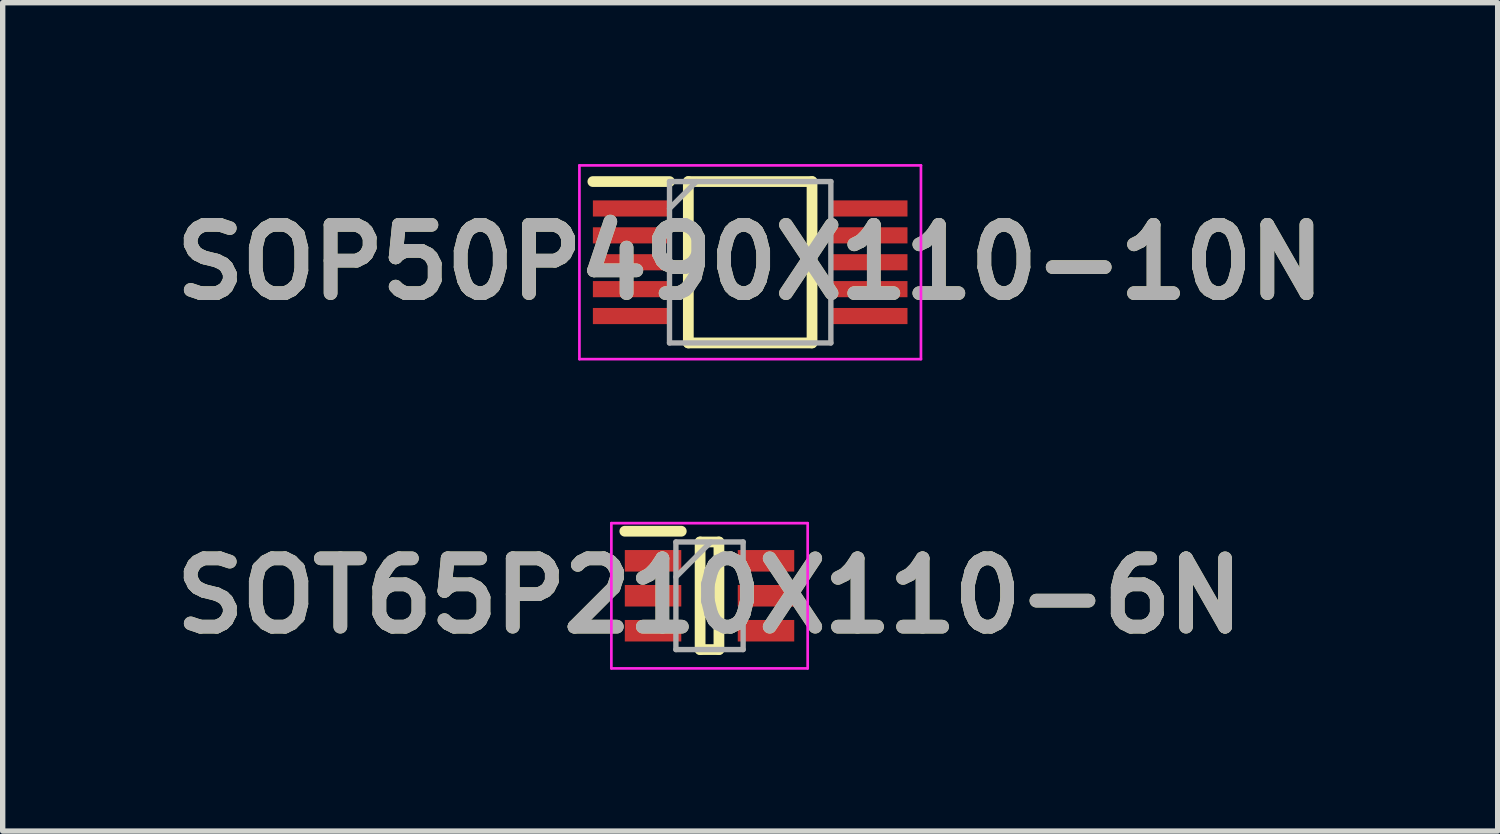
<source format=kicad_pcb>
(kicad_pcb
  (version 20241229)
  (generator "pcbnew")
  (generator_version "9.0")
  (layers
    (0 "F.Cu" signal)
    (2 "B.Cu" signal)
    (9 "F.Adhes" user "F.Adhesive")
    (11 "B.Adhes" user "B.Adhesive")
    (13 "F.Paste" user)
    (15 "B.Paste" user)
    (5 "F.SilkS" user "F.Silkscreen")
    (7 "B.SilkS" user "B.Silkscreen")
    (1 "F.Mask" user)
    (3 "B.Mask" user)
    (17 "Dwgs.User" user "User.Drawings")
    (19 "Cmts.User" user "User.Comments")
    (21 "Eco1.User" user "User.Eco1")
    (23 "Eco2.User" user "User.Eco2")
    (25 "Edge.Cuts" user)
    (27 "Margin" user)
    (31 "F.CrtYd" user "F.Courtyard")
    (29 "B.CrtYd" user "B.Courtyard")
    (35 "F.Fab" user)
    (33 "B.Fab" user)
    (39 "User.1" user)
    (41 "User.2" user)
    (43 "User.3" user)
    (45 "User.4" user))
  (footprint "SOP50P490X110-10N"
    (layer "F.Cu")
    (at 10.898 1.826)
    (property "Reference" "SOP50P490X110-10N" (at 0 0 0) (layer "F.SilkS") (effects (font (size 1.27 1.27) (thickness 0.254))))
    (attr smd)
    (fp_line (start -2.925 -1.5) (end -1.5 -1.5) (stroke (width 0.2) (type solid)) (layer "F.SilkS"))
    (fp_line (start -1.15 -1.5) (end 1.15 -1.5) (stroke (width 0.2) (type solid)) (layer "F.SilkS"))
    (fp_line (start -1.15 1.5) (end -1.15 -1.5) (stroke (width 0.2) (type solid)) (layer "F.SilkS"))
    (fp_line (start 1.15 -1.5) (end 1.15 1.5) (stroke (width 0.2) (type solid)) (layer "F.SilkS"))
    (fp_line (start 1.15 1.5) (end -1.15 1.5) (stroke (width 0.2) (type solid)) (layer "F.SilkS"))
    (fp_line (start -3.175 -1.801) (end 3.175 -1.801) (stroke (width 0.05) (type solid)) (layer "F.CrtYd"))
    (fp_line (start -3.175 1.801) (end -3.175 -1.801) (stroke (width 0.05) (type solid)) (layer "F.CrtYd"))
    (fp_line (start 3.175 -1.801) (end 3.175 1.801) (stroke (width 0.05) (type solid)) (layer "F.CrtYd"))
    (fp_line (start 3.175 1.801) (end -3.175 1.801) (stroke (width 0.05) (type solid)) (layer "F.CrtYd"))
    (fp_line (start -1.5 -1.5) (end 1.5 -1.5) (stroke (width 0.1) (type solid)) (layer "F.Fab"))
    (fp_line (start -1.5 -1) (end -1 -1.5) (stroke (width 0.1) (type solid)) (layer "F.Fab"))
    (fp_line (start -1.5 1.5) (end -1.5 -1.5) (stroke (width 0.1) (type solid)) (layer "F.Fab"))
    (fp_line (start 1.5 -1.5) (end 1.5 1.5) (stroke (width 0.1) (type solid)) (layer "F.Fab"))
    (fp_line (start 1.5 1.5) (end -1.5 1.5) (stroke (width 0.1) (type solid)) (layer "F.Fab"))
    (fp_text user "${REFERENCE}" (at 0 0 0) (layer "F.Fab") (effects (font (size 1.27 1.27) (thickness 0.254))))
    (pad "1" smd rect (at -2.212 -1 90) (size 0.3 1.425) (layers "F.Cu" "F.Mask" "F.Paste"))
    (pad "2" smd rect (at -2.212 -0.5 90) (size 0.3 1.425) (layers "F.Cu" "F.Mask" "F.Paste"))
    (pad "3" smd rect (at -2.212 0 90) (size 0.3 1.425) (layers "F.Cu" "F.Mask" "F.Paste"))
    (pad "4" smd rect (at -2.212 0.5 90) (size 0.3 1.425) (layers "F.Cu" "F.Mask" "F.Paste"))
    (pad "5" smd rect (at -2.212 1 90) (size 0.3 1.425) (layers "F.Cu" "F.Mask" "F.Paste"))
    (pad "6" smd rect (at 2.212 1 90) (size 0.3 1.425) (layers "F.Cu" "F.Mask" "F.Paste"))
    (pad "7" smd rect (at 2.212 0.5 90) (size 0.3 1.425) (layers "F.Cu" "F.Mask" "F.Paste"))
    (pad "8" smd rect (at 2.212 0 90) (size 0.3 1.425) (layers "F.Cu" "F.Mask" "F.Paste"))
    (pad "9" smd rect (at 2.212 -0.5 90) (size 0.3 1.425) (layers "F.Cu" "F.Mask" "F.Paste"))
    (pad "10" smd rect (at 2.212 -1 90) (size 0.3 1.425) (layers "F.Cu" "F.Mask" "F.Paste")))
  (footprint "SOT65P210X110-6N"
    (layer "F.Cu")
    (at 10.142 8.027)
    (property "Reference" "SOT65P210X110-6N" (at 0 0 0) (layer "F.SilkS") (effects (font (size 1.27 1.27) (thickness 0.254))))
    (attr smd)
    (fp_line (start -1.575 -1.2) (end -0.525 -1.2) (stroke (width 0.2) (type solid)) (layer "F.SilkS"))
    (fp_line (start -0.175 -1) (end 0.175 -1) (stroke (width 0.2) (type solid)) (layer "F.SilkS"))
    (fp_line (start -0.175 1) (end -0.175 -1) (stroke (width 0.2) (type solid)) (layer "F.SilkS"))
    (fp_line (start 0.175 -1) (end 0.175 1) (stroke (width 0.2) (type solid)) (layer "F.SilkS"))
    (fp_line (start 0.175 1) (end -0.175 1) (stroke (width 0.2) (type solid)) (layer "F.SilkS"))
    (fp_line (start -1.825 -1.35) (end 1.825 -1.35) (stroke (width 0.05) (type solid)) (layer "F.CrtYd"))
    (fp_line (start -1.825 1.35) (end -1.825 -1.35) (stroke (width 0.05) (type solid)) (layer "F.CrtYd"))
    (fp_line (start 1.825 -1.35) (end 1.825 1.35) (stroke (width 0.05) (type solid)) (layer "F.CrtYd"))
    (fp_line (start 1.825 1.35) (end -1.825 1.35) (stroke (width 0.05) (type solid)) (layer "F.CrtYd"))
    (fp_line (start -0.625 -1) (end 0.625 -1) (stroke (width 0.1) (type solid)) (layer "F.Fab"))
    (fp_line (start -0.625 -0.35) (end 0.025 -1) (stroke (width 0.1) (type solid)) (layer "F.Fab"))
    (fp_line (start -0.625 1) (end -0.625 -1) (stroke (width 0.1) (type solid)) (layer "F.Fab"))
    (fp_line (start 0.625 -1) (end 0.625 1) (stroke (width 0.1) (type solid)) (layer "F.Fab"))
    (fp_line (start 0.625 1) (end -0.625 1) (stroke (width 0.1) (type solid)) (layer "F.Fab"))
    (fp_text user "${REFERENCE}" (at 0 0 0) (layer "F.Fab") (effects (font (size 1.27 1.27) (thickness 0.254))))
    (pad "1" smd rect (at -1.05 -0.65 90) (size 0.4 1.05) (layers "F.Cu" "F.Mask" "F.Paste"))
    (pad "2" smd rect (at -1.05 0 90) (size 0.4 1.05) (layers "F.Cu" "F.Mask" "F.Paste"))
    (pad "3" smd rect (at -1.05 0.65 90) (size 0.4 1.05) (layers "F.Cu" "F.Mask" "F.Paste"))
    (pad "4" smd rect (at 1.05 0.65 90) (size 0.4 1.05) (layers "F.Cu" "F.Mask" "F.Paste"))
    (pad "5" smd rect (at 1.05 0 90) (size 0.4 1.05) (layers "F.Cu" "F.Mask" "F.Paste"))
    (pad "6" smd rect (at 1.05 -0.65 90) (size 0.4 1.05) (layers "F.Cu" "F.Mask" "F.Paste")))
  (gr_rect
    (start -3 -3)
    (end 24.796 12.402)
    (stroke (width 0.1) (type default))
    (fill no)
    (layer "Edge.Cuts")))
</source>
